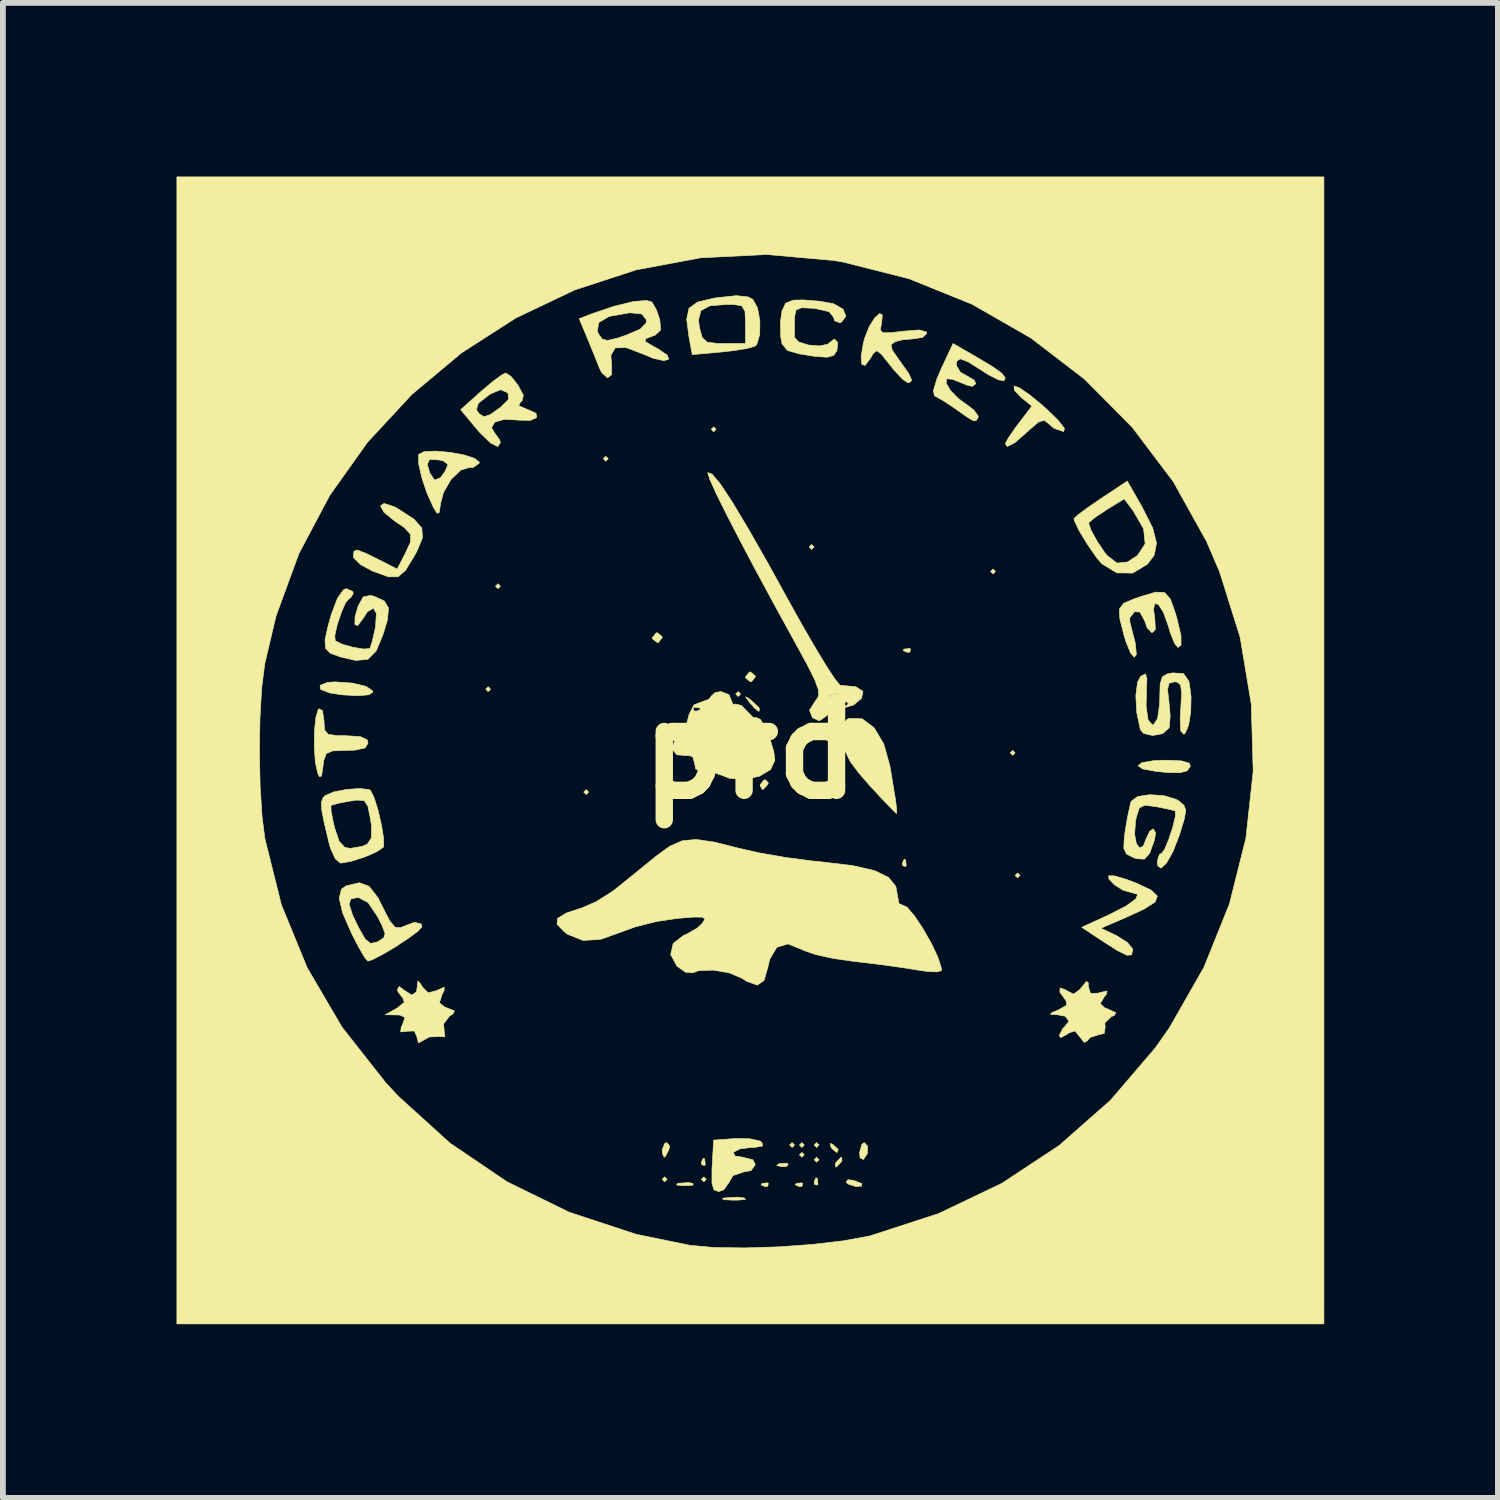
<source format=kicad_pcb>
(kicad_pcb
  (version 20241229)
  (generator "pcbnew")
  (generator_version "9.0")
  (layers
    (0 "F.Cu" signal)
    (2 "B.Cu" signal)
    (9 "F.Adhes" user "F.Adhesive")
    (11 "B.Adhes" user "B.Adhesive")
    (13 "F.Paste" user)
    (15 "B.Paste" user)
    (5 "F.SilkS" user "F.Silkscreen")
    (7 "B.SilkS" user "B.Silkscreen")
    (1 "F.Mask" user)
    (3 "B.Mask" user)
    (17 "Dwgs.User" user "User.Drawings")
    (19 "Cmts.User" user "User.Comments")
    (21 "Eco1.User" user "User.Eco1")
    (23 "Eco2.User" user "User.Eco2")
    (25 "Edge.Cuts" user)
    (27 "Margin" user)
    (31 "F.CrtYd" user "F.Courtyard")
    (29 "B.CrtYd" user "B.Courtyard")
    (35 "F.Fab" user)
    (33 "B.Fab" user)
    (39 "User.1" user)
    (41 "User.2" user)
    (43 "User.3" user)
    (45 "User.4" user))
  (footprint "prd"
    (layer "F.Cu")
    (at 9.911 9.911)
    (property "Reference" "prd" (at 0 0 0) (layer "F.SilkS") (effects (font (size 1.524 1.524) (thickness 0.3))))
    (attr through_hole)
    (fp_poly (pts (xy -4.487 -1.058) (xy -4.53 -1.016) (xy -4.572 -1.058) (xy -4.53 -1.101) (xy -4.487 -1.058)) (stroke (width 0.01) (type solid)) (fill yes) (layer "F.SilkS"))
    (fp_poly (pts (xy -4.318 -2.836) (xy -4.36 -2.794) (xy -4.403 -2.836) (xy -4.36 -2.879) (xy -4.318 -2.836)) (stroke (width 0.01) (type solid)) (fill yes) (layer "F.SilkS"))
    (fp_poly (pts (xy -2.794 0.72) (xy -2.836 0.762) (xy -2.879 0.72) (xy -2.836 0.677) (xy -2.794 0.72)) (stroke (width 0.01) (type solid)) (fill yes) (layer "F.SilkS"))
    (fp_poly (pts (xy -2.455 -5.038) (xy -2.498 -4.995) (xy -2.54 -5.038) (xy -2.498 -5.08) (xy -2.455 -5.038)) (stroke (width 0.01) (type solid)) (fill yes) (layer "F.SilkS"))
    (fp_poly (pts (xy -1.439 7.408) (xy -1.482 7.451) (xy -1.524 7.408) (xy -1.482 7.366) (xy -1.439 7.408)) (stroke (width 0.01) (type solid)) (fill yes) (layer "F.SilkS"))
    (fp_poly (pts (xy -0.762 7.408) (xy -0.804 7.451) (xy -0.847 7.408) (xy -0.804 7.366) (xy -0.762 7.408)) (stroke (width 0.01) (type solid)) (fill yes) (layer "F.SilkS"))
    (fp_poly (pts (xy -0.593 -5.546) (xy -0.635 -5.503) (xy -0.677 -5.546) (xy -0.635 -5.588) (xy -0.593 -5.546)) (stroke (width 0.01) (type solid)) (fill yes) (layer "F.SilkS"))
    (fp_poly (pts (xy -0.169 -0.974) (xy -0.212 -0.931) (xy -0.254 -0.974) (xy -0.212 -1.016) (xy -0.169 -0.974)) (stroke (width 0.01) (type solid)) (fill yes) (layer "F.SilkS"))
    (fp_poly (pts (xy 0.762 6.816) (xy 0.72 6.858) (xy 0.677 6.816) (xy 0.72 6.773) (xy 0.762 6.816)) (stroke (width 0.01) (type solid)) (fill yes) (layer "F.SilkS"))
    (fp_poly (pts (xy 0.931 6.816) (xy 0.889 6.858) (xy 0.847 6.816) (xy 0.889 6.773) (xy 0.931 6.816)) (stroke (width 0.01) (type solid)) (fill yes) (layer "F.SilkS"))
    (fp_poly (pts (xy 0.931 6.985) (xy 0.889 7.027) (xy 0.847 6.985) (xy 0.889 6.943) (xy 0.931 6.985)) (stroke (width 0.01) (type solid)) (fill yes) (layer "F.SilkS"))
    (fp_poly (pts (xy 1.101 -3.514) (xy 1.058 -3.471) (xy 1.016 -3.514) (xy 1.058 -3.556) (xy 1.101 -3.514)) (stroke (width 0.01) (type solid)) (fill yes) (layer "F.SilkS"))
    (fp_poly (pts (xy 1.185 6.816) (xy 1.143 6.858) (xy 1.101 6.816) (xy 1.143 6.773) (xy 1.185 6.816)) (stroke (width 0.01) (type solid)) (fill yes) (layer "F.SilkS"))
    (fp_poly (pts (xy 1.185 7.07) (xy 1.143 7.112) (xy 1.101 7.07) (xy 1.143 7.027) (xy 1.185 7.07)) (stroke (width 0.01) (type solid)) (fill yes) (layer "F.SilkS"))
    (fp_poly (pts (xy 4.233 -3.09) (xy 4.191 -3.048) (xy 4.149 -3.09) (xy 4.191 -3.133) (xy 4.233 -3.09)) (stroke (width 0.01) (type solid)) (fill yes) (layer "F.SilkS"))
    (fp_poly (pts (xy 4.572 0.042) (xy 4.53 0.085) (xy 4.487 0.042) (xy 4.53 0) (xy 4.572 0.042)) (stroke (width 0.01) (type solid)) (fill yes) (layer "F.SilkS"))
    (fp_poly (pts (xy 4.657 2.159) (xy 4.614 2.201) (xy 4.572 2.159) (xy 4.614 2.117) (xy 4.657 2.159)) (stroke (width 0.01) (type solid)) (fill yes) (layer "F.SilkS"))
    (fp_poly (pts (xy -0.79 7.056) (xy -0.78 7.156) (xy -0.79 7.168) (xy -0.841 7.157) (xy -0.847 7.112) (xy -0.816 7.042) (xy -0.79 7.056)) (stroke (width 0.01) (type solid)) (fill yes) (layer "F.SilkS"))
    (fp_poly (pts (xy 0.31 7.479) (xy 0.299 7.529) (xy 0.254 7.535) (xy 0.184 7.504) (xy 0.198 7.479) (xy 0.298 7.469) (xy 0.31 7.479)) (stroke (width 0.01) (type solid)) (fill yes) (layer "F.SilkS"))
    (fp_poly (pts (xy 0.654 7.146) (xy 0.629 7.184) (xy 0.543 7.19) (xy 0.453 7.169) (xy 0.492 7.139) (xy 0.624 7.129) (xy 0.654 7.146)) (stroke (width 0.01) (type solid)) (fill yes) (layer "F.SilkS"))
    (fp_poly (pts (xy 0.903 7.479) (xy 0.891 7.529) (xy 0.847 7.535) (xy 0.777 7.504) (xy 0.79 7.479) (xy 0.891 7.469) (xy 0.903 7.479)) (stroke (width 0.01) (type solid)) (fill yes) (layer "F.SilkS"))
    (fp_poly (pts (xy 1.157 7.394) (xy 1.167 7.495) (xy 1.157 7.507) (xy 1.107 7.495) (xy 1.101 7.451) (xy 1.132 7.381) (xy 1.157 7.394)) (stroke (width 0.01) (type solid)) (fill yes) (layer "F.SilkS"))
    (fp_poly (pts (xy 2.681 1.891) (xy 2.691 1.991) (xy 2.681 2.004) (xy 2.631 1.992) (xy 2.625 1.947) (xy 2.656 1.878) (xy 2.681 1.891)) (stroke (width 0.01) (type solid)) (fill yes) (layer "F.SilkS"))
    (fp_poly (pts (xy 2.766 -1.75) (xy 2.754 -1.699) (xy 2.709 -1.693) (xy 2.64 -1.724) (xy 2.653 -1.75) (xy 2.753 -1.76) (xy 2.766 -1.75)) (stroke (width 0.01) (type solid)) (fill yes) (layer "F.SilkS"))
    (fp_poly (pts (xy 1.426 6.808) (xy 1.517 6.893) (xy 1.498 6.942) (xy 1.487 6.943) (xy 1.415 6.883) (xy 1.389 6.845) (xy 1.379 6.787) (xy 1.426 6.808)) (stroke (width 0.01) (type solid)) (fill yes) (layer "F.SilkS"))
    (fp_poly (pts (xy 1.778 7.426) (xy 1.925 7.482) (xy 1.923 7.524) (xy 1.825 7.535) (xy 1.685 7.489) (xy 1.656 7.459) (xy 1.683 7.415) (xy 1.778 7.426)) (stroke (width 0.01) (type solid)) (fill yes) (layer "F.SilkS"))
    (fp_poly (pts (xy -1.526 -1.968) (xy -1.524 -1.947) (xy -1.588 -1.865) (xy -1.609 -1.863) (xy -1.691 -1.927) (xy -1.693 -1.947) (xy -1.629 -2.03) (xy -1.609 -2.032) (xy -1.526 -1.968)) (stroke (width 0.01) (type solid)) (fill yes) (layer "F.SilkS"))
    (fp_poly (pts (xy -1.395 6.835) (xy -1.409 6.9) (xy -1.469 7.012) (xy -1.491 7.027) (xy -1.52 6.958) (xy -1.524 6.9) (xy -1.48 6.788) (xy -1.442 6.773) (xy -1.395 6.835)) (stroke (width 0.01) (type solid)) (fill yes) (layer "F.SilkS"))
    (fp_poly (pts (xy -0.993 7.48) (xy -0.99 7.508) (xy -1.123 7.519) (xy -1.143 7.519) (xy -1.274 7.507) (xy -1.262 7.481) (xy -1.247 7.477) (xy -1.063 7.464) (xy -0.993 7.48)) (stroke (width 0.01) (type solid)) (fill yes) (layer "F.SilkS"))
    (fp_poly (pts (xy -0.105 7.731) (xy -0.085 7.754) (xy -0.207 7.767) (xy -0.296 7.768) (xy -0.46 7.76) (xy -0.485 7.741) (xy -0.444 7.729) (xy -0.223 7.716) (xy -0.105 7.731)) (stroke (width 0.01) (type solid)) (fill yes) (layer "F.SilkS"))
    (fp_poly (pts (xy -0.04 -0.905) (xy 0.021 -0.857) (xy 0.153 -0.734) (xy 0.152 -0.679) (xy 0.137 -0.677) (xy 0.067 -0.735) (xy -0.011 -0.826) (xy -0.084 -0.926) (xy -0.04 -0.905)) (stroke (width 0.01) (type solid)) (fill yes) (layer "F.SilkS"))
    (fp_poly (pts (xy 0.082 -1.29) (xy 0.085 -1.27) (xy 0.02 -1.188) (xy 0 -1.185) (xy -0.082 -1.25) (xy -0.085 -1.27) (xy -0.02 -1.352) (xy 0 -1.355) (xy 0.082 -1.29)) (stroke (width 0.01) (type solid)) (fill yes) (layer "F.SilkS"))
    (fp_poly (pts (xy 0.31 0.56) (xy 0.296 0.593) (xy 0.22 0.673) (xy 0.207 0.677) (xy 0.17 0.612) (xy 0.169 0.593) (xy 0.234 0.511) (xy 0.259 0.508) (xy 0.31 0.56)) (stroke (width 0.01) (type solid)) (fill yes) (layer "F.SilkS"))
    (fp_poly (pts (xy 1.582 7.082) (xy 1.566 7.112) (xy 1.487 7.193) (xy 1.472 7.197) (xy 1.466 7.142) (xy 1.482 7.112) (xy 1.561 7.031) (xy 1.576 7.027) (xy 1.582 7.082)) (stroke (width 0.01) (type solid)) (fill yes) (layer "F.SilkS"))
    (fp_poly (pts (xy 2.025 6.836) (xy 2.02 6.963) (xy 1.953 7.066) (xy 1.952 7.066) (xy 1.895 7.039) (xy 1.886 6.944) (xy 1.924 6.806) (xy 1.965 6.773) (xy 2.025 6.836)) (stroke (width 0.01) (type solid)) (fill yes) (layer "F.SilkS"))
    (fp_poly (pts (xy -6.871 -1.162) (xy -6.641 -1.107) (xy -6.525 -1.029) (xy -6.519 -1.006) (xy -6.595 -0.96) (xy -6.788 -0.944) (xy -7.051 -0.96) (xy -7.26 -0.991) (xy -7.423 -1.053) (xy -7.433 -1.124) (xy -7.305 -1.175) (xy -7.176 -1.184) (xy -6.871 -1.162)) (stroke (width 0.01) (type solid)) (fill yes) (layer "F.SilkS"))
    (fp_poly (pts (xy 7.446 0.181) (xy 7.583 0.221) (xy 7.599 0.275) (xy 7.543 0.353) (xy 7.419 0.386) (xy 7.187 0.38) (xy 7.006 0.362) (xy 6.772 0.319) (xy 6.695 0.264) (xy 6.763 0.212) (xy 6.965 0.177) (xy 7.161 0.169) (xy 7.446 0.181)) (stroke (width 0.01) (type solid)) (fill yes) (layer "F.SilkS"))
    (fp_poly (pts (xy 4.644 -6.264) (xy 4.823 -6.141) (xy 5.052 -5.953) (xy 5.084 -5.925) (xy 5.312 -5.705) (xy 5.424 -5.562) (xy 5.411 -5.507) (xy 5.408 -5.507) (xy 5.242 -5.564) (xy 5.162 -5.634) (xy 5.079 -5.701) (xy 4.982 -5.676) (xy 4.825 -5.543) (xy 4.787 -5.507) (xy 4.564 -5.312) (xy 4.436 -5.249) (xy 4.403 -5.297) (xy 4.45 -5.388) (xy 4.568 -5.56) (xy 4.632 -5.646) (xy 4.862 -5.947) (xy 4.673 -6.1) (xy 4.559 -6.221) (xy 4.553 -6.296) (xy 4.644 -6.264)) (stroke (width 0.01) (type solid)) (fill yes) (layer "F.SilkS"))
    (fp_poly (pts (xy -0.016 6.707) (xy 0.163 6.746) (xy 0.198 6.768) (xy 0.212 6.832) (xy 0.074 6.857) (xy 0.022 6.858) (xy -0.18 6.882) (xy -0.296 6.942) (xy -0.296 6.943) (xy -0.266 7.005) (xy -0.132 7.027) (xy 0.042 7.071) (xy 0.085 7.154) (xy 0.012 7.257) (xy -0.117 7.281) (xy -0.303 7.345) (xy -0.363 7.451) (xy -0.458 7.588) (xy -0.547 7.62) (xy -0.628 7.591) (xy -0.664 7.479) (xy -0.664 7.245) (xy -0.661 7.176) (xy -0.635 6.731) (xy -0.264 6.704) (xy -0.016 6.707)) (stroke (width 0.01) (type solid)) (fill yes) (layer "F.SilkS"))
    (fp_poly (pts (xy 1.93 -0.546) (xy 2.137 -0.391) (xy 2.304 -0.11) (xy 2.412 0.278) (xy 2.415 0.297) (xy 2.46 0.575) (xy 2.502 0.826) (xy 2.526 1.009) (xy 2.525 1.091) (xy 2.523 1.091) (xy 2.458 1.029) (xy 2.309 0.874) (xy 2.106 0.656) (xy 2.074 0.622) (xy 1.872 0.389) (xy 1.728 0.198) (xy 1.672 0.088) (xy 1.672 0.081) (xy 1.634 0.003) (xy 1.614 0) (xy 1.546 -0.066) (xy 1.537 -0.22) (xy 1.578 -0.396) (xy 1.658 -0.527) (xy 1.701 -0.553) (xy 1.93 -0.546)) (stroke (width 0.01) (type solid)) (fill yes) (layer "F.SilkS"))
    (fp_poly (pts (xy -7.391 -0.687) (xy -7.366 -0.522) (xy -7.366 -0.513) (xy -7.355 -0.354) (xy -7.293 -0.278) (xy -7.132 -0.255) (xy -6.985 -0.254) (xy -6.734 -0.237) (xy -6.619 -0.181) (xy -6.604 -0.127) (xy -6.655 -0.043) (xy -6.826 -0.005) (xy -6.98 0) (xy -7.213 0.008) (xy -7.326 0.055) (xy -7.37 0.175) (xy -7.382 0.275) (xy -7.407 0.442) (xy -7.442 0.455) (xy -7.472 0.395) (xy -7.514 0.208) (xy -7.532 -0.053) (xy -7.53 -0.331) (xy -7.506 -0.568) (xy -7.463 -0.708) (xy -7.451 -0.72) (xy -7.391 -0.687)) (stroke (width 0.01) (type solid)) (fill yes) (layer "F.SilkS"))
    (fp_poly (pts (xy 6.288 2.167) (xy 6.491 2.226) (xy 6.676 2.297) (xy 6.923 2.414) (xy 7.029 2.516) (xy 6.989 2.62) (xy 6.797 2.742) (xy 6.495 2.881) (xy 6.054 3.071) (xy 6.329 3.202) (xy 6.511 3.317) (xy 6.602 3.429) (xy 6.604 3.444) (xy 6.583 3.532) (xy 6.502 3.538) (xy 6.336 3.455) (xy 6.1 3.305) (xy 5.722 3.055) (xy 6.206 2.833) (xy 6.491 2.686) (xy 6.656 2.566) (xy 6.689 2.485) (xy 6.578 2.455) (xy 6.437 2.415) (xy 6.289 2.322) (xy 6.192 2.221) (xy 6.189 2.165) (xy 6.288 2.167)) (stroke (width 0.01) (type solid)) (fill yes) (layer "F.SilkS"))
    (fp_poly (pts (xy -6.151 -4.208) (xy -6.084 -4.171) (xy -5.81 -3.993) (xy -5.675 -3.841) (xy -5.664 -3.671) (xy -5.761 -3.438) (xy -5.806 -3.357) (xy -5.955 -3.112) (xy -6.085 -2.999) (xy -6.251 -2.998) (xy -6.509 -3.091) (xy -6.54 -3.104) (xy -6.74 -3.213) (xy -6.851 -3.325) (xy -6.858 -3.353) (xy -6.846 -3.441) (xy -6.787 -3.46) (xy -6.645 -3.406) (xy -6.434 -3.302) (xy -6.101 -3.132) (xy -5.971 -3.382) (xy -5.872 -3.596) (xy -5.869 -3.732) (xy -5.98 -3.851) (xy -6.143 -3.961) (xy -6.33 -4.114) (xy -6.389 -4.225) (xy -6.327 -4.266) (xy -6.151 -4.208)) (stroke (width 0.01) (type solid)) (fill yes) (layer "F.SilkS"))
    (fp_poly (pts (xy -5.196 -5.149) (xy -4.953 -5.105) (xy -4.765 -5.045) (xy -4.682 -4.978) (xy -4.684 -4.962) (xy -4.782 -4.89) (xy -4.841 -4.89) (xy -5.003 -4.842) (xy -5.17 -4.681) (xy -5.3 -4.458) (xy -5.349 -4.276) (xy -5.374 -4.11) (xy -5.412 -4.096) (xy -5.472 -4.191) (xy -5.585 -4.439) (xy -5.677 -4.716) (xy -5.727 -4.94) (xy -5.581 -4.94) (xy -5.537 -4.791) (xy -5.455 -4.669) (xy -5.354 -4.709) (xy -5.275 -4.817) (xy -5.223 -4.94) (xy -5.302 -4.999) (xy -5.381 -5.017) (xy -5.543 -5.025) (xy -5.581 -4.94) (xy -5.727 -4.94) (xy -5.731 -4.962) (xy -5.73 -5.113) (xy -5.636 -5.16) (xy -5.441 -5.17) (xy -5.196 -5.149)) (stroke (width 0.01) (type solid)) (fill yes) (layer "F.SilkS"))
    (fp_poly (pts (xy -0.04 -7.833) (xy 0.043 -7.789) (xy 0.123 -7.643) (xy 0.164 -7.418) (xy 0.161 -7.185) (xy 0.111 -7.015) (xy 0.079 -6.981) (xy -0.05 -6.944) (xy -0.289 -6.905) (xy -0.508 -6.881) (xy -1.004 -6.836) (xy -1.06 -7.135) (xy -1.099 -7.432) (xy -0.897 -7.432) (xy -0.879 -7.297) (xy -0.832 -7.129) (xy -0.745 -7.051) (xy -0.563 -7.028) (xy -0.455 -7.027) (xy -0.085 -7.027) (xy -0.085 -7.366) (xy -0.093 -7.583) (xy -0.149 -7.679) (xy -0.298 -7.703) (xy -0.402 -7.703) (xy -0.699 -7.679) (xy -0.856 -7.596) (xy -0.897 -7.432) (xy -1.099 -7.432) (xy -1.101 -7.446) (xy -1.061 -7.636) (xy -0.911 -7.745) (xy -0.624 -7.812) (xy -0.57 -7.82) (xy -0.243 -7.854) (xy -0.04 -7.833)) (stroke (width 0.01) (type solid)) (fill yes) (layer "F.SilkS"))
    (fp_poly (pts (xy 6.768 -4.199) (xy 6.948 -3.844) (xy 7.015 -3.58) (xy 6.975 -3.373) (xy 6.858 -3.217) (xy 6.604 -3.063) (xy 6.33 -3.066) (xy 6.073 -3.221) (xy 5.984 -3.323) (xy 5.816 -3.566) (xy 5.677 -3.796) (xy 5.616 -3.925) (xy 5.842 -3.925) (xy 5.886 -3.799) (xy 5.991 -3.608) (xy 6.118 -3.42) (xy 6.162 -3.365) (xy 6.332 -3.236) (xy 6.513 -3.254) (xy 6.686 -3.367) (xy 6.818 -3.568) (xy 6.791 -3.828) (xy 6.61 -4.141) (xy 6.456 -4.345) (xy 6.149 -4.155) (xy 5.961 -4.03) (xy 5.852 -3.941) (xy 5.842 -3.925) (xy 5.616 -3.925) (xy 5.597 -3.964) (xy 5.588 -4.004) (xy 5.653 -4.065) (xy 5.823 -4.191) (xy 6.049 -4.346) (xy 6.51 -4.652) (xy 6.768 -4.199)) (stroke (width 0.01) (type solid)) (fill yes) (layer "F.SilkS"))
    (fp_poly (pts (xy 7.155 -2.727) (xy 7.256 -2.611) (xy 7.343 -2.362) (xy 7.365 -2.286) (xy 7.437 -1.984) (xy 7.438 -1.82) (xy 7.384 -1.778) (xy 7.324 -1.852) (xy 7.25 -2.04) (xy 7.215 -2.159) (xy 7.132 -2.389) (xy 7.047 -2.52) (xy 6.983 -2.536) (xy 6.963 -2.427) (xy 6.985 -2.286) (xy 6.994 -2.091) (xy 6.936 -2.031) (xy 6.853 -2.117) (xy 6.81 -2.238) (xy 6.728 -2.389) (xy 6.636 -2.397) (xy 6.552 -2.29) (xy 6.555 -2.212) (xy 6.646 -1.86) (xy 6.667 -1.659) (xy 6.631 -1.609) (xy 6.566 -1.683) (xy 6.488 -1.871) (xy 6.452 -1.991) (xy 6.381 -2.274) (xy 6.372 -2.441) (xy 6.446 -2.539) (xy 6.625 -2.617) (xy 6.747 -2.659) (xy 7 -2.734) (xy 7.155 -2.727)) (stroke (width 0.01) (type solid)) (fill yes) (layer "F.SilkS"))
    (fp_poly (pts (xy 2.279 -7.521) (xy 2.264 -7.375) (xy 2.263 -7.37) (xy 2.244 -7.261) (xy 2.29 -7.213) (xy 2.439 -7.215) (xy 2.631 -7.24) (xy 2.914 -7.262) (xy 3.04 -7.228) (xy 3.048 -7.205) (xy 2.976 -7.134) (xy 2.843 -7.112) (xy 2.623 -7.091) (xy 2.502 -7.06) (xy 2.429 -7.008) (xy 2.449 -6.916) (xy 2.57 -6.74) (xy 2.58 -6.727) (xy 2.735 -6.51) (xy 2.787 -6.393) (xy 2.745 -6.352) (xy 2.719 -6.35) (xy 2.628 -6.412) (xy 2.482 -6.568) (xy 2.411 -6.657) (xy 2.265 -6.841) (xy 2.183 -6.904) (xy 2.123 -6.859) (xy 2.074 -6.773) (xy 1.981 -6.649) (xy 1.925 -6.667) (xy 1.912 -6.804) (xy 1.951 -7.035) (xy 1.972 -7.115) (xy 2.053 -7.321) (xy 2.148 -7.472) (xy 2.232 -7.546) (xy 2.279 -7.521)) (stroke (width 0.01) (type solid)) (fill yes) (layer "F.SilkS"))
    (fp_poly (pts (xy 1.187 -7.759) (xy 1.427 -7.717) (xy 1.439 -7.714) (xy 1.599 -7.622) (xy 1.65 -7.5) (xy 1.575 -7.399) (xy 1.545 -7.387) (xy 1.453 -7.421) (xy 1.439 -7.477) (xy 1.361 -7.577) (xy 1.123 -7.632) (xy 1.101 -7.635) (xy 0.884 -7.646) (xy 0.788 -7.607) (xy 0.763 -7.487) (xy 0.762 -7.432) (xy 0.762 -7.237) (xy 0.762 -7.133) (xy 0.833 -7.055) (xy 1.002 -7.002) (xy 1.194 -6.986) (xy 1.337 -7.016) (xy 1.363 -7.04) (xy 1.45 -7.106) (xy 1.509 -7.047) (xy 1.495 -6.906) (xy 1.495 -6.904) (xy 1.438 -6.823) (xy 1.325 -6.791) (xy 1.117 -6.805) (xy 0.847 -6.848) (xy 0.639 -6.908) (xy 0.547 -7.021) (xy 0.523 -7.143) (xy 0.519 -7.402) (xy 0.545 -7.588) (xy 0.608 -7.723) (xy 0.74 -7.777) (xy 0.912 -7.781) (xy 1.187 -7.759)) (stroke (width 0.01) (type solid)) (fill yes) (layer "F.SilkS"))
    (fp_poly (pts (xy 3.888 -6.804) (xy 4.182 -6.629) (xy 4.346 -6.511) (xy 4.401 -6.433) (xy 4.382 -6.386) (xy 4.289 -6.399) (xy 4.11 -6.489) (xy 4.009 -6.554) (xy 3.763 -6.71) (xy 3.624 -6.764) (xy 3.564 -6.722) (xy 3.556 -6.652) (xy 3.627 -6.531) (xy 3.725 -6.477) (xy 3.862 -6.397) (xy 3.895 -6.335) (xy 3.832 -6.288) (xy 3.747 -6.307) (xy 3.562 -6.381) (xy 3.493 -6.41) (xy 3.389 -6.419) (xy 3.382 -6.341) (xy 3.456 -6.215) (xy 3.591 -6.077) (xy 3.684 -6.011) (xy 3.857 -5.881) (xy 3.935 -5.775) (xy 3.933 -5.75) (xy 3.899 -5.697) (xy 3.855 -5.691) (xy 3.76 -5.746) (xy 3.569 -5.881) (xy 3.561 -5.887) (xy 3.358 -6.023) (xy 3.207 -6.111) (xy 3.18 -6.123) (xy 3.16 -6.211) (xy 3.221 -6.416) (xy 3.295 -6.59) (xy 3.5 -7.027) (xy 3.888 -6.804)) (stroke (width 0.01) (type solid)) (fill yes) (layer "F.SilkS"))
    (fp_poly (pts (xy -6.584 2.348) (xy -6.433 2.545) (xy -6.352 2.706) (xy -6.229 2.946) (xy -6.136 3.055) (xy -6.044 3.062) (xy -6.004 3.044) (xy -5.802 2.969) (xy -5.687 2.997) (xy -5.673 3.046) (xy -5.739 3.12) (xy -5.906 3.244) (xy -6.125 3.389) (xy -6.35 3.522) (xy -6.53 3.615) (xy -6.608 3.64) (xy -6.666 3.571) (xy -6.771 3.389) (xy -6.883 3.173) (xy -7.044 2.804) (xy -7.078 2.656) (xy -6.932 2.656) (xy -6.872 2.842) (xy -6.771 3.053) (xy -6.654 3.258) (xy -6.561 3.334) (xy -6.454 3.312) (xy -6.432 3.301) (xy -6.333 3.238) (xy -6.31 3.163) (xy -6.363 3.022) (xy -6.436 2.876) (xy -6.605 2.627) (xy -6.771 2.54) (xy -6.775 2.54) (xy -6.899 2.564) (xy -6.932 2.656) (xy -7.078 2.656) (xy -7.103 2.551) (xy -7.063 2.396) (xy -6.978 2.337) (xy -6.754 2.286) (xy -6.584 2.348)) (stroke (width 0.01) (type solid)) (fill yes) (layer "F.SilkS"))
    (fp_poly (pts (xy 7.481 -1.326) (xy 7.568 -1.205) (xy 7.581 -1.161) (xy 7.611 -0.925) (xy 7.605 -0.662) (xy 7.568 -0.432) (xy 7.508 -0.294) (xy 7.486 -0.279) (xy 7.433 -0.335) (xy 7.423 -0.551) (xy 7.433 -0.717) (xy 7.448 -0.987) (xy 7.431 -1.129) (xy 7.371 -1.181) (xy 7.323 -1.185) (xy 7.231 -1.159) (xy 7.205 -1.052) (xy 7.228 -0.853) (xy 7.25 -0.605) (xy 7.237 -0.413) (xy 7.23 -0.388) (xy 7.121 -0.29) (xy 6.949 -0.257) (xy 6.792 -0.293) (xy 6.735 -0.36) (xy 6.673 -0.655) (xy 6.657 -0.947) (xy 6.687 -1.178) (xy 6.741 -1.279) (xy 6.824 -1.322) (xy 6.849 -1.239) (xy 6.844 -1.134) (xy 6.835 -0.763) (xy 6.868 -0.528) (xy 6.94 -0.442) (xy 6.964 -0.445) (xy 7.033 -0.552) (xy 7.067 -0.794) (xy 7.07 -0.896) (xy 7.077 -1.146) (xy 7.116 -1.273) (xy 7.21 -1.325) (xy 7.3 -1.339) (xy 7.481 -1.326)) (stroke (width 0.01) (type solid)) (fill yes) (layer "F.SilkS"))
    (fp_poly (pts (xy -6.871 -2.747) (xy -6.858 -2.709) (xy -6.913 -2.627) (xy -6.929 -2.625) (xy -6.991 -2.553) (xy -7.067 -2.379) (xy -7.137 -2.168) (xy -7.178 -1.985) (xy -7.172 -1.894) (xy -7.055 -1.835) (xy -6.867 -1.782) (xy -6.683 -1.751) (xy -6.575 -1.759) (xy -6.57 -1.764) (xy -6.533 -1.878) (xy -6.485 -2.088) (xy -6.475 -2.138) (xy -6.46 -2.367) (xy -6.513 -2.456) (xy -6.615 -2.396) (xy -6.7 -2.265) (xy -6.785 -2.153) (xy -6.832 -2.178) (xy -6.828 -2.31) (xy -6.776 -2.491) (xy -6.687 -2.651) (xy -6.563 -2.678) (xy -6.498 -2.661) (xy -6.324 -2.582) (xy -6.251 -2.46) (xy -6.268 -2.257) (xy -6.346 -1.999) (xy -6.465 -1.715) (xy -6.607 -1.574) (xy -6.815 -1.553) (xy -7.091 -1.617) (xy -7.255 -1.678) (xy -7.338 -1.763) (xy -7.348 -1.91) (xy -7.292 -2.159) (xy -7.236 -2.355) (xy -7.132 -2.629) (xy -7.027 -2.776) (xy -6.982 -2.794) (xy -6.871 -2.747)) (stroke (width 0.01) (type solid)) (fill yes) (layer "F.SilkS"))
    (fp_poly (pts (xy -5.7 4.028) (xy -5.666 4.086) (xy -5.566 4.186) (xy -5.421 4.15) (xy -5.408 4.143) (xy -5.288 4.09) (xy -5.291 4.149) (xy -5.328 4.221) (xy -5.371 4.36) (xy -5.277 4.435) (xy -5.235 4.449) (xy -5.112 4.501) (xy -5.141 4.555) (xy -5.197 4.588) (xy -5.3 4.726) (xy -5.29 4.832) (xy -5.278 4.948) (xy -5.371 4.943) (xy -5.372 4.943) (xy -5.544 4.949) (xy -5.631 4.996) (xy -5.731 5.053) (xy -5.757 4.969) (xy -5.757 4.953) (xy -5.804 4.846) (xy -5.925 4.85) (xy -6.041 4.862) (xy -6.03 4.778) (xy -6.007 4.733) (xy -5.967 4.611) (xy -6.058 4.571) (xy -6.114 4.569) (xy -6.308 4.566) (xy -6.106 4.454) (xy -5.978 4.351) (xy -6 4.283) (xy -6.09 4.164) (xy -6.096 4.127) (xy -6.064 4.077) (xy -5.994 4.132) (xy -5.849 4.227) (xy -5.768 4.172) (xy -5.755 4.085) (xy -5.745 3.982) (xy -5.7 4.028)) (stroke (width 0.01) (type solid)) (fill yes) (layer "F.SilkS"))
    (fp_poly (pts (xy -4.132 -6.456) (xy -4.01 -6.302) (xy -4.009 -6.3) (xy -3.921 -6.132) (xy -3.944 -6.037) (xy -3.973 -6.015) (xy -4.001 -5.953) (xy -3.865 -5.895) (xy -3.857 -5.893) (xy -3.703 -5.823) (xy -3.692 -5.749) (xy -3.799 -5.7) (xy -4.001 -5.704) (xy -4.01 -5.706) (xy -4.252 -5.718) (xy -4.417 -5.669) (xy -4.471 -5.575) (xy -4.423 -5.49) (xy -4.332 -5.364) (xy -4.318 -5.317) (xy -4.363 -5.247) (xy -4.487 -5.309) (xy -4.675 -5.491) (xy -4.74 -5.567) (xy -5.004 -5.884) (xy -5.003 -5.886) (xy -4.733 -5.886) (xy -4.685 -5.814) (xy -4.603 -5.765) (xy -4.493 -5.8) (xy -4.318 -5.924) (xy -4.181 -6.059) (xy -4.183 -6.16) (xy -4.203 -6.184) (xy -4.317 -6.23) (xy -4.487 -6.158) (xy -4.521 -6.136) (xy -4.698 -5.996) (xy -4.733 -5.886) (xy -5.003 -5.886) (xy -4.65 -6.202) (xy -4.444 -6.376) (xy -4.285 -6.491) (xy -4.224 -6.519) (xy -4.132 -6.456)) (stroke (width 0.01) (type solid)) (fill yes) (layer "F.SilkS"))
    (fp_poly (pts (xy -6.586 0.677) (xy -6.561 0.692) (xy -6.499 0.816) (xy -6.431 1.036) (xy -6.372 1.291) (xy -6.335 1.519) (xy -6.334 1.659) (xy -6.339 1.67) (xy -6.453 1.75) (xy -6.662 1.841) (xy -6.893 1.915) (xy -7.076 1.947) (xy -7.079 1.947) (xy -7.169 1.873) (xy -7.253 1.69) (xy -7.27 1.63) (xy -7.357 1.269) (xy -7.403 1.038) (xy -7.407 0.952) (xy -7.245 0.952) (xy -7.243 1.042) (xy -7.205 1.239) (xy -7.182 1.336) (xy -7.103 1.571) (xy -7.005 1.675) (xy -6.911 1.692) (xy -6.708 1.658) (xy -6.616 1.618) (xy -6.546 1.511) (xy -6.545 1.3) (xy -6.562 1.186) (xy -6.607 0.963) (xy -6.671 0.867) (xy -6.802 0.858) (xy -6.92 0.876) (xy -7.124 0.915) (xy -7.239 0.948) (xy -7.245 0.952) (xy -7.407 0.952) (xy -7.41 0.899) (xy -7.382 0.819) (xy -7.344 0.78) (xy -7.197 0.717) (xy -6.974 0.674) (xy -6.746 0.658) (xy -6.586 0.677)) (stroke (width 0.01) (type solid)) (fill yes) (layer "F.SilkS"))
    (fp_poly (pts (xy -0.368 -0.961) (xy -0.339 -0.884) (xy -0.3 -0.795) (xy -0.26 -0.801) (xy -0.158 -0.778) (xy -0.062 -0.679) (xy 0.047 -0.57) (xy 0.112 -0.564) (xy 0.174 -0.534) (xy 0.257 -0.392) (xy 0.341 -0.189) (xy 0.404 0.022) (xy 0.423 0.169) (xy 0.349 0.33) (xy 0.159 0.445) (xy -0.094 0.5) (xy -0.359 0.482) (xy -0.529 0.417) (xy -0.726 0.356) (xy -0.825 0.356) (xy -0.945 0.323) (xy -0.962 0.231) (xy -0.995 0.111) (xy -1.046 0.093) (xy -1.271 0.076) (xy -1.358 -0.029) (xy -1.297 -0.2) (xy -1.213 -0.299) (xy -1.093 -0.489) (xy -1.058 -0.623) (xy -1.002 -0.734) (xy -0.988 -0.734) (xy -0.976 -0.683) (xy -0.931 -0.677) (xy -0.862 -0.708) (xy -0.875 -0.734) (xy -0.975 -0.744) (xy -0.988 -0.734) (xy -1.002 -0.734) (xy -0.976 -0.786) (xy -0.861 -0.831) (xy -0.716 -0.884) (xy -0.677 -0.937) (xy -0.606 -1.001) (xy -0.508 -1.016) (xy -0.368 -0.961)) (stroke (width 0.01) (type solid)) (fill yes) (layer "F.SilkS"))
    (fp_poly (pts (xy 5.836 4.015) (xy 5.839 4.091) (xy 5.876 4.198) (xy 6.008 4.192) (xy 6.032 4.184) (xy 6.161 4.154) (xy 6.152 4.205) (xy 6.107 4.263) (xy 6.043 4.374) (xy 6.116 4.444) (xy 6.185 4.472) (xy 6.312 4.531) (xy 6.289 4.575) (xy 6.228 4.601) (xy 6.122 4.705) (xy 6.127 4.784) (xy 6.112 4.889) (xy 6.016 4.911) (xy 5.866 4.958) (xy 5.822 5.014) (xy 5.765 5.044) (xy 5.696 4.955) (xy 5.606 4.845) (xy 5.5 4.88) (xy 5.469 4.904) (xy 5.36 4.961) (xy 5.334 4.926) (xy 5.396 4.801) (xy 5.419 4.784) (xy 5.502 4.678) (xy 5.439 4.592) (xy 5.313 4.567) (xy 5.183 4.559) (xy 5.204 4.531) (xy 5.327 4.479) (xy 5.463 4.4) (xy 5.449 4.316) (xy 5.433 4.298) (xy 5.344 4.173) (xy 5.35 4.103) (xy 5.442 4.134) (xy 5.464 4.151) (xy 5.582 4.209) (xy 5.689 4.131) (xy 5.715 4.098) (xy 5.806 3.989) (xy 5.836 4.015)) (stroke (width 0.01) (type solid)) (fill yes) (layer "F.SilkS"))
    (fp_poly (pts (xy -1.7 -7.743) (xy -1.621 -7.604) (xy -1.565 -7.437) (xy -1.55 -7.262) (xy -1.645 -7.172) (xy -1.702 -7.152) (xy -1.817 -7.107) (xy -1.812 -7.059) (xy -1.672 -6.976) (xy -1.612 -6.945) (xy -1.44 -6.83) (xy -1.409 -6.756) (xy -1.496 -6.732) (xy -1.676 -6.772) (xy -1.839 -6.84) (xy -2.145 -6.957) (xy -2.335 -6.952) (xy -2.41 -6.824) (xy -2.399 -6.683) (xy -2.397 -6.49) (xy -2.468 -6.434) (xy -2.569 -6.526) (xy -2.617 -6.625) (xy -2.697 -6.829) (xy -2.803 -7.088) (xy -2.823 -7.136) (xy -2.867 -7.241) (xy -2.644 -7.241) (xy -2.626 -7.198) (xy -2.562 -7.106) (xy -2.473 -7.08) (xy -2.307 -7.118) (xy -2.154 -7.169) (xy -1.903 -7.276) (xy -1.8 -7.383) (xy -1.798 -7.439) (xy -1.875 -7.537) (xy -2.071 -7.558) (xy -2.107 -7.555) (xy -2.438 -7.497) (xy -2.619 -7.39) (xy -2.644 -7.241) (xy -2.867 -7.241) (xy -2.957 -7.457) (xy -2.728 -7.545) (xy -2.342 -7.675) (xy -2.018 -7.753) (xy -1.79 -7.772) (xy -1.7 -7.743)) (stroke (width 0.01) (type solid)) (fill yes) (layer "F.SilkS"))
    (fp_poly (pts (xy 7.141 0.781) (xy 7.354 0.845) (xy 7.406 0.877) (xy 7.489 0.949) (xy 7.52 1.034) (xy 7.496 1.179) (xy 7.419 1.43) (xy 7.401 1.485) (xy 7.294 1.758) (xy 7.185 1.948) (xy 7.093 2.034) (xy 7.037 1.996) (xy 7.027 1.912) (xy 7.066 1.795) (xy 7.102 1.778) (xy 7.156 1.706) (xy 7.227 1.533) (xy 7.296 1.323) (xy 7.34 1.14) (xy 7.341 1.047) (xy 7.255 1.023) (xy 7.065 0.983) (xy 7.017 0.974) (xy 6.815 0.946) (xy 6.717 0.993) (xy 6.666 1.153) (xy 6.651 1.231) (xy 6.636 1.447) (xy 6.666 1.609) (xy 6.722 1.687) (xy 6.788 1.648) (xy 6.828 1.544) (xy 6.897 1.396) (xy 6.958 1.355) (xy 6.999 1.422) (xy 6.98 1.545) (xy 6.895 1.779) (xy 6.805 1.878) (xy 6.674 1.871) (xy 6.616 1.852) (xy 6.496 1.79) (xy 6.449 1.691) (xy 6.458 1.501) (xy 6.474 1.385) (xy 6.519 1.125) (xy 6.563 0.926) (xy 6.578 0.878) (xy 6.688 0.797) (xy 6.897 0.765) (xy 7.141 0.781)) (stroke (width 0.01) (type solid)) (fill yes) (layer "F.SilkS"))
    (fp_poly (pts (xy -0.66 -4.77) (xy -0.52 -4.603) (xy -0.314 -4.291) (xy -0.04 -3.834) (xy 0.305 -3.229) (xy 0.623 -2.652) (xy 0.879 -2.192) (xy 1.112 -1.788) (xy 1.31 -1.461) (xy 1.458 -1.235) (xy 1.544 -1.13) (xy 1.554 -1.125) (xy 1.819 -1.1) (xy 1.944 -1.02) (xy 1.92 -0.9) (xy 1.782 -0.784) (xy 1.629 -0.74) (xy 1.538 -0.797) (xy 1.539 -0.804) (xy 1.609 -0.804) (xy 1.651 -0.762) (xy 1.693 -0.804) (xy 1.651 -0.847) (xy 1.609 -0.804) (xy 1.539 -0.804) (xy 1.558 -0.917) (xy 1.532 -0.979) (xy 1.478 -0.988) (xy 1.365 -0.941) (xy 1.391 -0.843) (xy 1.439 -0.804) (xy 1.521 -0.692) (xy 1.524 -0.667) (xy 1.473 -0.62) (xy 1.445 -0.631) (xy 1.336 -0.621) (xy 1.313 -0.594) (xy 1.189 -0.511) (xy 1.072 -0.564) (xy 1.021 -0.695) (xy 1.122 -0.855) (xy 1.136 -0.87) (xy 1.179 -0.941) (xy 1.175 -1.046) (xy 1.114 -1.214) (xy 0.985 -1.473) (xy 0.791 -1.829) (xy 0.431 -2.484) (xy 0.105 -3.087) (xy -0.179 -3.624) (xy -0.413 -4.078) (xy -0.59 -4.435) (xy -0.7 -4.678) (xy -0.736 -4.792) (xy -0.734 -4.798) (xy -0.66 -4.77)) (stroke (width 0.01) (type solid)) (fill yes) (layer "F.SilkS"))
    (fp_poly (pts (xy 9.906 9.906) (xy -9.906 9.906) (xy -9.906 0.033) (xy -8.48 0.033) (xy -8.468 0.618) (xy -8.434 1.148) (xy -8.386 1.524) (xy -8.101 2.666) (xy -7.656 3.752) (xy -7.056 4.777) (xy -6.302 5.736) (xy -6.08 5.975) (xy -5.19 6.782) (xy -4.205 7.45) (xy -3.131 7.976) (xy -1.972 8.358) (xy -1.044 8.548) (xy -0.631 8.585) (xy -0.105 8.593) (xy 0.48 8.575) (xy 1.068 8.533) (xy 1.607 8.47) (xy 2.043 8.39) (xy 2.076 8.382) (xy 3.254 7.998) (xy 4.343 7.477) (xy 5.335 6.822) (xy 6.22 6.042) (xy 6.99 5.142) (xy 7.237 4.791) (xy 7.833 3.747) (xy 8.274 2.651) (xy 8.558 1.518) (xy 8.684 0.363) (xy 8.651 -0.799) (xy 8.459 -1.953) (xy 8.104 -3.083) (xy 7.88 -3.607) (xy 7.303 -4.643) (xy 6.595 -5.581) (xy 5.771 -6.412) (xy 4.844 -7.123) (xy 3.83 -7.705) (xy 2.742 -8.146) (xy 1.595 -8.436) (xy 1.439 -8.462) (xy 0.28 -8.565) (xy -0.861 -8.508) (xy -1.972 -8.3) (xy -3.039 -7.951) (xy -4.05 -7.47) (xy -4.991 -6.865) (xy -5.849 -6.147) (xy -6.612 -5.324) (xy -7.265 -4.406) (xy -7.797 -3.402) (xy -8.193 -2.322) (xy -8.388 -1.497) (xy -8.441 -1.08) (xy -8.471 -0.551) (xy -8.48 0.033) (xy -9.906 0.033) (xy -9.906 -9.906) (xy 9.906 -9.906) (xy 9.906 9.906)) (stroke (width 0.01) (type solid)) (fill yes) (layer "F.SilkS"))
    (fp_poly (pts (xy -0.624 1.583) (xy -0.212 1.687) (xy 0.147 1.769) (xy 0.597 1.847) (xy 1.063 1.909) (xy 1.242 1.927) (xy 1.769 1.99) (xy 2.145 2.076) (xy 2.387 2.194) (xy 2.512 2.35) (xy 2.54 2.505) (xy 2.566 2.646) (xy 2.622 2.669) (xy 2.705 2.707) (xy 2.833 2.857) (xy 2.982 3.08) (xy 3.125 3.332) (xy 3.239 3.573) (xy 3.299 3.762) (xy 3.302 3.801) (xy 3.228 3.826) (xy 3.038 3.816) (xy 2.9 3.795) (xy 2.616 3.75) (xy 2.24 3.698) (xy 1.845 3.651) (xy 1.795 3.646) (xy 1.441 3.595) (xy 1.133 3.528) (xy 0.925 3.457) (xy 0.895 3.441) (xy 0.647 3.342) (xy 0.455 3.401) (xy 0.332 3.612) (xy 0.305 3.733) (xy 0.237 3.972) (xy 0.121 4.054) (xy -0.065 3.988) (xy -0.147 3.935) (xy -0.365 3.842) (xy -0.639 3.795) (xy -0.89 3.804) (xy -1 3.842) (xy -1.12 3.831) (xy -1.269 3.726) (xy -1.377 3.526) (xy -1.333 3.334) (xy -1.15 3.192) (xy -1.108 3.177) (xy -0.917 3.068) (xy -0.833 2.989) (xy -0.787 2.916) (xy -0.822 2.881) (xy -0.966 2.878) (xy -1.247 2.9) (xy -1.27 2.902) (xy -1.635 2.958) (xy -1.996 3.05) (xy -2.202 3.126) (xy -2.588 3.264) (xy -2.893 3.282) (xy -3.153 3.178) (xy -3.217 3.131) (xy -3.34 3.003) (xy -3.331 2.901) (xy -3.176 2.807) (xy -2.903 2.717) (xy -2.669 2.615) (xy -2.402 2.449) (xy -2.311 2.38) (xy -2.046 2.166) (xy -1.747 1.923) (xy -1.622 1.822) (xy -1.389 1.653) (xy -1.175 1.56) (xy -0.935 1.538) (xy -0.624 1.583)) (stroke (width 0.01) (type solid)) (fill yes) (layer "F.SilkS")))
  (gr_rect
    (start -3 -3)
    (end 22.822 22.822)
    (stroke (width 0.1) (type default))
    (fill no)
    (layer "Edge.Cuts")))
</source>
